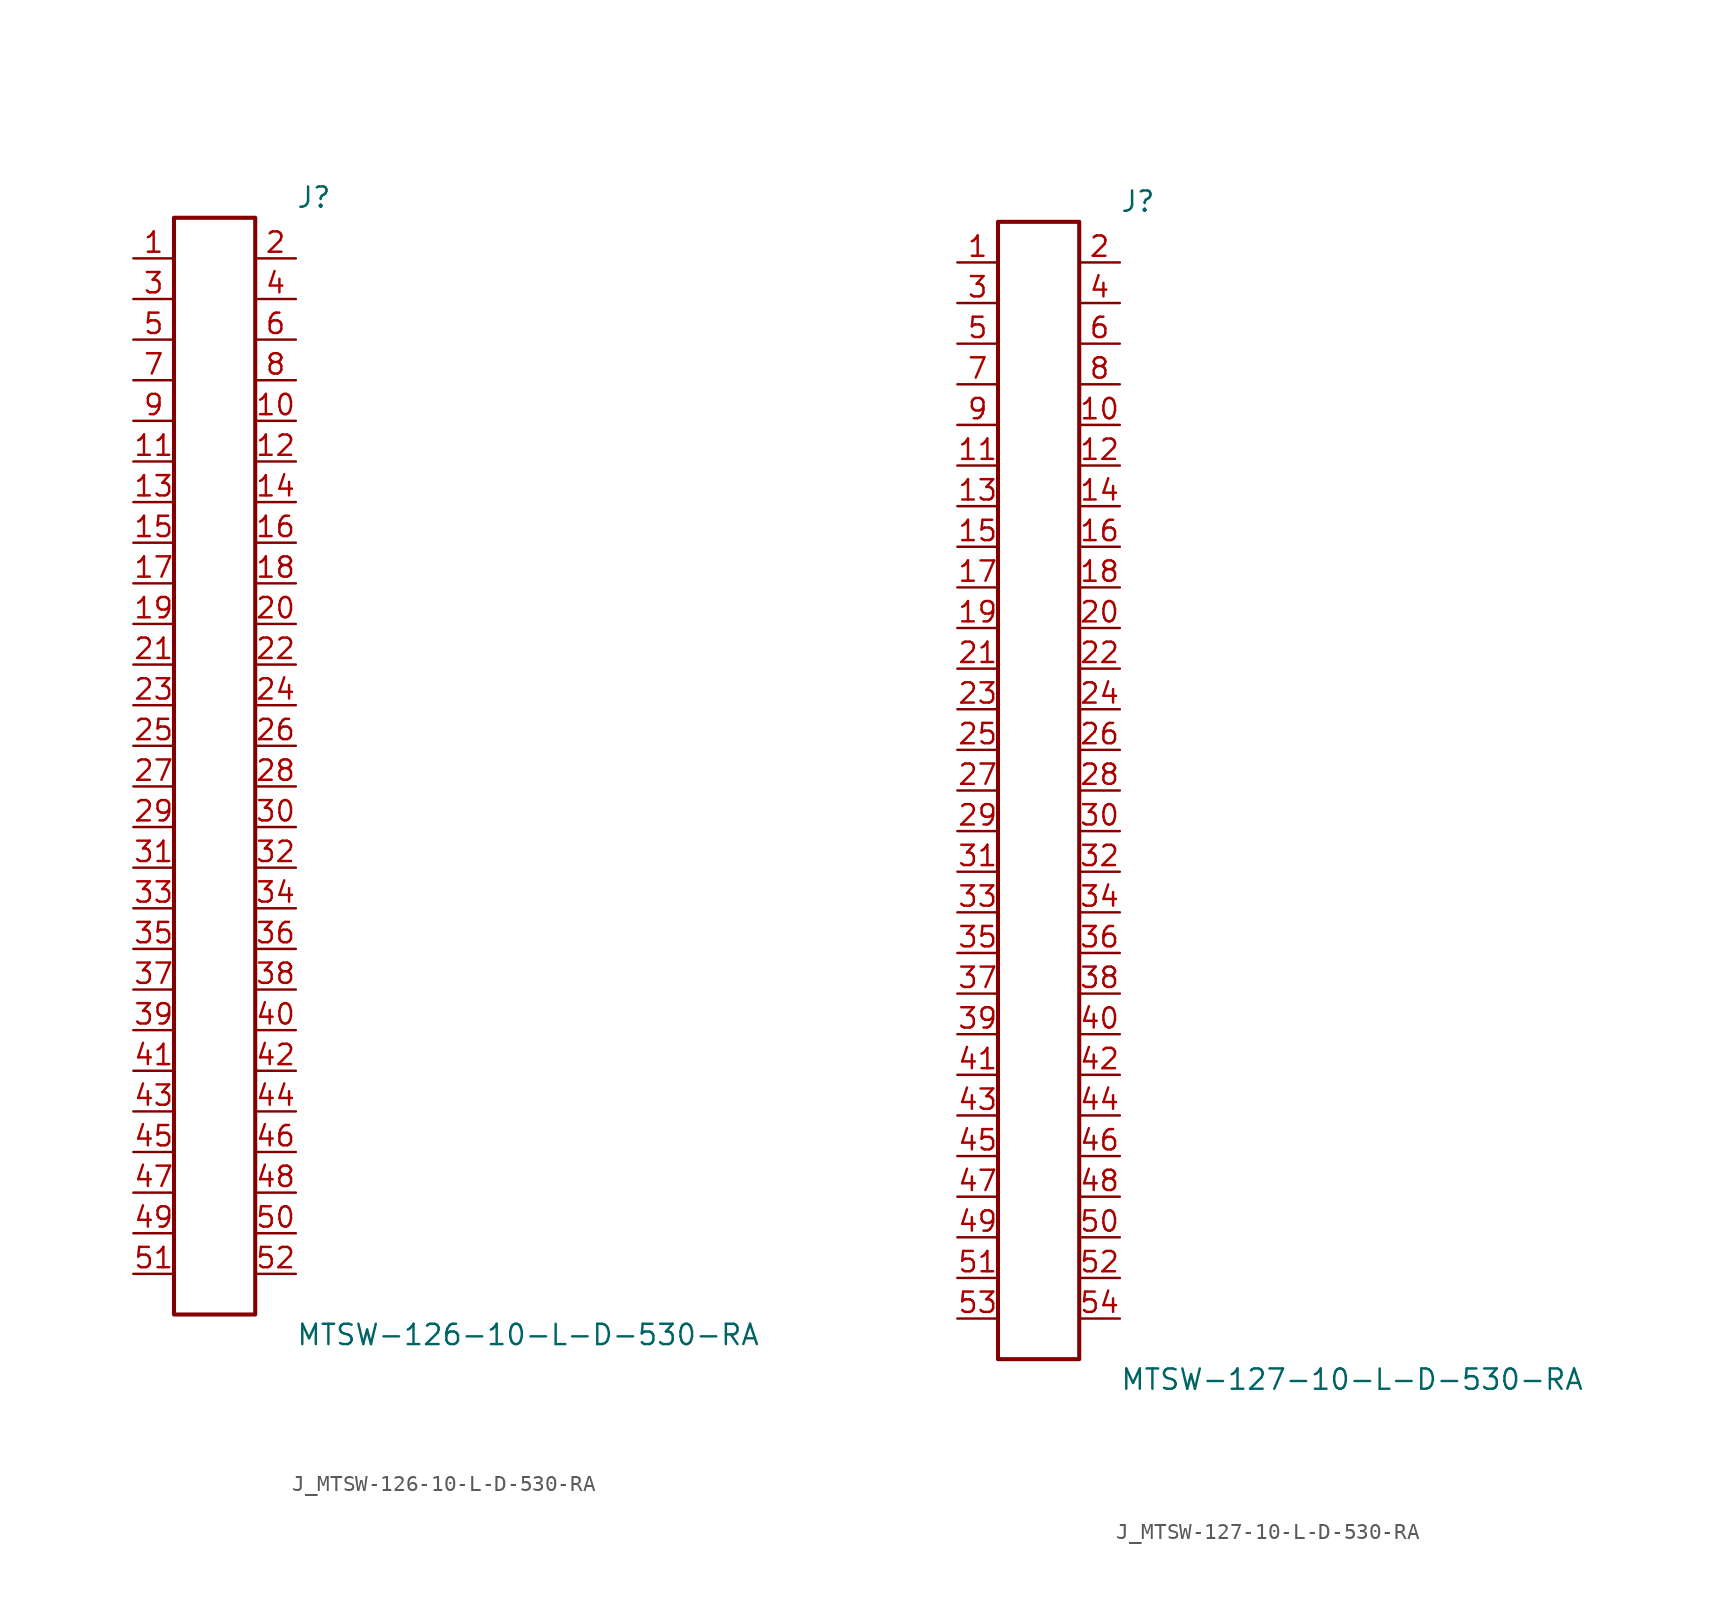
<source format=kicad_sym>
(kicad_symbol_lib
  (version 20231120)
  (generator kicad_symbol_editor)
  (generator_version 8.0)
  (symbol "J_MTSW-126-10-L-D-530-RA"
    (pin_names
      (offset 0.254))
    (property "Reference" "J"
      (at 5.08 35.56 0)
      (effects (font (size 1.27 1.27)) (justify left)))
    (property "Value" "MTSW-126-10-L-D-530-RA"
      (at 5.08 -35.56 0)
      (effects (font (size 1.27 1.27)) (justify left)))
    (symbol "J_MTSW-126-10-L-D-530-RA_0_0"
      (pin passive line (at -5.08 31.75 0) (length 2.54) (name "" (effects (font (size 1.27 1.27)))) (number "1" (effects (font (size 1.27 1.27)))))
      (pin passive line (at 5.08 31.75 180) (length 2.54) (name "" (effects (font (size 1.27 1.27)))) (number "2" (effects (font (size 1.27 1.27)))))
      (pin passive line (at -5.08 29.21 0) (length 2.54) (name "" (effects (font (size 1.27 1.27)))) (number "3" (effects (font (size 1.27 1.27)))))
      (pin passive line (at 5.08 29.21 180) (length 2.54) (name "" (effects (font (size 1.27 1.27)))) (number "4" (effects (font (size 1.27 1.27)))))
      (pin passive line (at -5.08 26.67 0) (length 2.54) (name "" (effects (font (size 1.27 1.27)))) (number "5" (effects (font (size 1.27 1.27)))))
      (pin passive line (at 5.08 26.67 180) (length 2.54) (name "" (effects (font (size 1.27 1.27)))) (number "6" (effects (font (size 1.27 1.27)))))
      (pin passive line (at -5.08 24.13 0) (length 2.54) (name "" (effects (font (size 1.27 1.27)))) (number "7" (effects (font (size 1.27 1.27)))))
      (pin passive line (at 5.08 24.13 180) (length 2.54) (name "" (effects (font (size 1.27 1.27)))) (number "8" (effects (font (size 1.27 1.27)))))
      (pin passive line (at -5.08 21.59 0) (length 2.54) (name "" (effects (font (size 1.27 1.27)))) (number "9" (effects (font (size 1.27 1.27)))))
      (pin passive line (at 5.08 21.59 180) (length 2.54) (name "" (effects (font (size 1.27 1.27)))) (number "10" (effects (font (size 1.27 1.27)))))
      (pin passive line (at -5.08 19.05 0) (length 2.54) (name "" (effects (font (size 1.27 1.27)))) (number "11" (effects (font (size 1.27 1.27)))))
      (pin passive line (at 5.08 19.05 180) (length 2.54) (name "" (effects (font (size 1.27 1.27)))) (number "12" (effects (font (size 1.27 1.27)))))
      (pin passive line (at -5.08 16.51 0) (length 2.54) (name "" (effects (font (size 1.27 1.27)))) (number "13" (effects (font (size 1.27 1.27)))))
      (pin passive line (at 5.08 16.51 180) (length 2.54) (name "" (effects (font (size 1.27 1.27)))) (number "14" (effects (font (size 1.27 1.27)))))
      (pin passive line (at -5.08 13.97 0) (length 2.54) (name "" (effects (font (size 1.27 1.27)))) (number "15" (effects (font (size 1.27 1.27)))))
      (pin passive line (at 5.08 13.97 180) (length 2.54) (name "" (effects (font (size 1.27 1.27)))) (number "16" (effects (font (size 1.27 1.27)))))
      (pin passive line (at -5.08 11.43 0) (length 2.54) (name "" (effects (font (size 1.27 1.27)))) (number "17" (effects (font (size 1.27 1.27)))))
      (pin passive line (at 5.08 11.43 180) (length 2.54) (name "" (effects (font (size 1.27 1.27)))) (number "18" (effects (font (size 1.27 1.27)))))
      (pin passive line (at -5.08 8.89 0) (length 2.54) (name "" (effects (font (size 1.27 1.27)))) (number "19" (effects (font (size 1.27 1.27)))))
      (pin passive line (at 5.08 8.89 180) (length 2.54) (name "" (effects (font (size 1.27 1.27)))) (number "20" (effects (font (size 1.27 1.27)))))
      (pin passive line (at -5.08 6.35 0) (length 2.54) (name "" (effects (font (size 1.27 1.27)))) (number "21" (effects (font (size 1.27 1.27)))))
      (pin passive line (at 5.08 6.35 180) (length 2.54) (name "" (effects (font (size 1.27 1.27)))) (number "22" (effects (font (size 1.27 1.27)))))
      (pin passive line (at -5.08 3.81 0) (length 2.54) (name "" (effects (font (size 1.27 1.27)))) (number "23" (effects (font (size 1.27 1.27)))))
      (pin passive line (at 5.08 3.81 180) (length 2.54) (name "" (effects (font (size 1.27 1.27)))) (number "24" (effects (font (size 1.27 1.27)))))
      (pin passive line (at -5.08 1.27 0) (length 2.54) (name "" (effects (font (size 1.27 1.27)))) (number "25" (effects (font (size 1.27 1.27)))))
      (pin passive line (at 5.08 1.27 180) (length 2.54) (name "" (effects (font (size 1.27 1.27)))) (number "26" (effects (font (size 1.27 1.27)))))
      (pin passive line (at -5.08 -1.27 0) (length 2.54) (name "" (effects (font (size 1.27 1.27)))) (number "27" (effects (font (size 1.27 1.27)))))
      (pin passive line (at 5.08 -1.27 180) (length 2.54) (name "" (effects (font (size 1.27 1.27)))) (number "28" (effects (font (size 1.27 1.27)))))
      (pin passive line (at -5.08 -3.81 0) (length 2.54) (name "" (effects (font (size 1.27 1.27)))) (number "29" (effects (font (size 1.27 1.27)))))
      (pin passive line (at 5.08 -3.81 180) (length 2.54) (name "" (effects (font (size 1.27 1.27)))) (number "30" (effects (font (size 1.27 1.27)))))
      (pin passive line (at -5.08 -6.35 0) (length 2.54) (name "" (effects (font (size 1.27 1.27)))) (number "31" (effects (font (size 1.27 1.27)))))
      (pin passive line (at 5.08 -6.35 180) (length 2.54) (name "" (effects (font (size 1.27 1.27)))) (number "32" (effects (font (size 1.27 1.27)))))
      (pin passive line (at -5.08 -8.89 0) (length 2.54) (name "" (effects (font (size 1.27 1.27)))) (number "33" (effects (font (size 1.27 1.27)))))
      (pin passive line (at 5.08 -8.89 180) (length 2.54) (name "" (effects (font (size 1.27 1.27)))) (number "34" (effects (font (size 1.27 1.27)))))
      (pin passive line (at -5.08 -11.43 0) (length 2.54) (name "" (effects (font (size 1.27 1.27)))) (number "35" (effects (font (size 1.27 1.27)))))
      (pin passive line (at 5.08 -11.43 180) (length 2.54) (name "" (effects (font (size 1.27 1.27)))) (number "36" (effects (font (size 1.27 1.27)))))
      (pin passive line (at -5.08 -13.97 0) (length 2.54) (name "" (effects (font (size 1.27 1.27)))) (number "37" (effects (font (size 1.27 1.27)))))
      (pin passive line (at 5.08 -13.97 180) (length 2.54) (name "" (effects (font (size 1.27 1.27)))) (number "38" (effects (font (size 1.27 1.27)))))
      (pin passive line (at -5.08 -16.51 0) (length 2.54) (name "" (effects (font (size 1.27 1.27)))) (number "39" (effects (font (size 1.27 1.27)))))
      (pin passive line (at 5.08 -16.51 180) (length 2.54) (name "" (effects (font (size 1.27 1.27)))) (number "40" (effects (font (size 1.27 1.27)))))
      (pin passive line (at -5.08 -19.05 0) (length 2.54) (name "" (effects (font (size 1.27 1.27)))) (number "41" (effects (font (size 1.27 1.27)))))
      (pin passive line (at 5.08 -19.05 180) (length 2.54) (name "" (effects (font (size 1.27 1.27)))) (number "42" (effects (font (size 1.27 1.27)))))
      (pin passive line (at -5.08 -21.59 0) (length 2.54) (name "" (effects (font (size 1.27 1.27)))) (number "43" (effects (font (size 1.27 1.27)))))
      (pin passive line (at 5.08 -21.59 180) (length 2.54) (name "" (effects (font (size 1.27 1.27)))) (number "44" (effects (font (size 1.27 1.27)))))
      (pin passive line (at -5.08 -24.13 0) (length 2.54) (name "" (effects (font (size 1.27 1.27)))) (number "45" (effects (font (size 1.27 1.27)))))
      (pin passive line (at 5.08 -24.13 180) (length 2.54) (name "" (effects (font (size 1.27 1.27)))) (number "46" (effects (font (size 1.27 1.27)))))
      (pin passive line (at -5.08 -26.67 0) (length 2.54) (name "" (effects (font (size 1.27 1.27)))) (number "47" (effects (font (size 1.27 1.27)))))
      (pin passive line (at 5.08 -26.67 180) (length 2.54) (name "" (effects (font (size 1.27 1.27)))) (number "48" (effects (font (size 1.27 1.27)))))
      (pin passive line (at -5.08 -29.21 0) (length 2.54) (name "" (effects (font (size 1.27 1.27)))) (number "49" (effects (font (size 1.27 1.27)))))
      (pin passive line (at 5.08 -29.21 180) (length 2.54) (name "" (effects (font (size 1.27 1.27)))) (number "50" (effects (font (size 1.27 1.27)))))
      (pin passive line (at -5.08 -31.75 0) (length 2.54) (name "" (effects (font (size 1.27 1.27)))) (number "51" (effects (font (size 1.27 1.27)))))
      (pin passive line (at 5.08 -31.75 180) (length 2.54) (name "" (effects (font (size 1.27 1.27)))) (number "52" (effects (font (size 1.27 1.27))))))
    (symbol "J_MTSW-126-10-L-D-530-RA_1_0"
      (rectangle (start -2.54 34.29) (end 2.54 -34.29) (stroke (width 0.254) (type solid)) (fill (type none)))))
  (symbol "J_MTSW-127-10-L-D-530-RA"
    (pin_names
      (offset 0.254))
    (property "Reference" "J"
      (at 5.08 36.83 0)
      (effects (font (size 1.27 1.27)) (justify left)))
    (property "Value" "MTSW-127-10-L-D-530-RA"
      (at 5.08 -36.83 0)
      (effects (font (size 1.27 1.27)) (justify left)))
    (symbol "J_MTSW-127-10-L-D-530-RA_0_0"
      (pin passive line (at -5.08 33.02 0) (length 2.54) (name "" (effects (font (size 1.27 1.27)))) (number "1" (effects (font (size 1.27 1.27)))))
      (pin passive line (at 5.08 33.02 180) (length 2.54) (name "" (effects (font (size 1.27 1.27)))) (number "2" (effects (font (size 1.27 1.27)))))
      (pin passive line (at -5.08 30.48 0) (length 2.54) (name "" (effects (font (size 1.27 1.27)))) (number "3" (effects (font (size 1.27 1.27)))))
      (pin passive line (at 5.08 30.48 180) (length 2.54) (name "" (effects (font (size 1.27 1.27)))) (number "4" (effects (font (size 1.27 1.27)))))
      (pin passive line (at -5.08 27.94 0) (length 2.54) (name "" (effects (font (size 1.27 1.27)))) (number "5" (effects (font (size 1.27 1.27)))))
      (pin passive line (at 5.08 27.94 180) (length 2.54) (name "" (effects (font (size 1.27 1.27)))) (number "6" (effects (font (size 1.27 1.27)))))
      (pin passive line (at -5.08 25.4 0) (length 2.54) (name "" (effects (font (size 1.27 1.27)))) (number "7" (effects (font (size 1.27 1.27)))))
      (pin passive line (at 5.08 25.4 180) (length 2.54) (name "" (effects (font (size 1.27 1.27)))) (number "8" (effects (font (size 1.27 1.27)))))
      (pin passive line (at -5.08 22.86 0) (length 2.54) (name "" (effects (font (size 1.27 1.27)))) (number "9" (effects (font (size 1.27 1.27)))))
      (pin passive line (at 5.08 22.86 180) (length 2.54) (name "" (effects (font (size 1.27 1.27)))) (number "10" (effects (font (size 1.27 1.27)))))
      (pin passive line (at -5.08 20.32 0) (length 2.54) (name "" (effects (font (size 1.27 1.27)))) (number "11" (effects (font (size 1.27 1.27)))))
      (pin passive line (at 5.08 20.32 180) (length 2.54) (name "" (effects (font (size 1.27 1.27)))) (number "12" (effects (font (size 1.27 1.27)))))
      (pin passive line (at -5.08 17.78 0) (length 2.54) (name "" (effects (font (size 1.27 1.27)))) (number "13" (effects (font (size 1.27 1.27)))))
      (pin passive line (at 5.08 17.78 180) (length 2.54) (name "" (effects (font (size 1.27 1.27)))) (number "14" (effects (font (size 1.27 1.27)))))
      (pin passive line (at -5.08 15.24 0) (length 2.54) (name "" (effects (font (size 1.27 1.27)))) (number "15" (effects (font (size 1.27 1.27)))))
      (pin passive line (at 5.08 15.24 180) (length 2.54) (name "" (effects (font (size 1.27 1.27)))) (number "16" (effects (font (size 1.27 1.27)))))
      (pin passive line (at -5.08 12.7 0) (length 2.54) (name "" (effects (font (size 1.27 1.27)))) (number "17" (effects (font (size 1.27 1.27)))))
      (pin passive line (at 5.08 12.7 180) (length 2.54) (name "" (effects (font (size 1.27 1.27)))) (number "18" (effects (font (size 1.27 1.27)))))
      (pin passive line (at -5.08 10.16 0) (length 2.54) (name "" (effects (font (size 1.27 1.27)))) (number "19" (effects (font (size 1.27 1.27)))))
      (pin passive line (at 5.08 10.16 180) (length 2.54) (name "" (effects (font (size 1.27 1.27)))) (number "20" (effects (font (size 1.27 1.27)))))
      (pin passive line (at -5.08 7.62 0) (length 2.54) (name "" (effects (font (size 1.27 1.27)))) (number "21" (effects (font (size 1.27 1.27)))))
      (pin passive line (at 5.08 7.62 180) (length 2.54) (name "" (effects (font (size 1.27 1.27)))) (number "22" (effects (font (size 1.27 1.27)))))
      (pin passive line (at -5.08 5.08 0) (length 2.54) (name "" (effects (font (size 1.27 1.27)))) (number "23" (effects (font (size 1.27 1.27)))))
      (pin passive line (at 5.08 5.08 180) (length 2.54) (name "" (effects (font (size 1.27 1.27)))) (number "24" (effects (font (size 1.27 1.27)))))
      (pin passive line (at -5.08 2.54 0) (length 2.54) (name "" (effects (font (size 1.27 1.27)))) (number "25" (effects (font (size 1.27 1.27)))))
      (pin passive line (at 5.08 2.54 180) (length 2.54) (name "" (effects (font (size 1.27 1.27)))) (number "26" (effects (font (size 1.27 1.27)))))
      (pin passive line (at -5.08 0.0 0) (length 2.54) (name "" (effects (font (size 1.27 1.27)))) (number "27" (effects (font (size 1.27 1.27)))))
      (pin passive line (at 5.08 0.0 180) (length 2.54) (name "" (effects (font (size 1.27 1.27)))) (number "28" (effects (font (size 1.27 1.27)))))
      (pin passive line (at -5.08 -2.54 0) (length 2.54) (name "" (effects (font (size 1.27 1.27)))) (number "29" (effects (font (size 1.27 1.27)))))
      (pin passive line (at 5.08 -2.54 180) (length 2.54) (name "" (effects (font (size 1.27 1.27)))) (number "30" (effects (font (size 1.27 1.27)))))
      (pin passive line (at -5.08 -5.08 0) (length 2.54) (name "" (effects (font (size 1.27 1.27)))) (number "31" (effects (font (size 1.27 1.27)))))
      (pin passive line (at 5.08 -5.08 180) (length 2.54) (name "" (effects (font (size 1.27 1.27)))) (number "32" (effects (font (size 1.27 1.27)))))
      (pin passive line (at -5.08 -7.62 0) (length 2.54) (name "" (effects (font (size 1.27 1.27)))) (number "33" (effects (font (size 1.27 1.27)))))
      (pin passive line (at 5.08 -7.62 180) (length 2.54) (name "" (effects (font (size 1.27 1.27)))) (number "34" (effects (font (size 1.27 1.27)))))
      (pin passive line (at -5.08 -10.16 0) (length 2.54) (name "" (effects (font (size 1.27 1.27)))) (number "35" (effects (font (size 1.27 1.27)))))
      (pin passive line (at 5.08 -10.16 180) (length 2.54) (name "" (effects (font (size 1.27 1.27)))) (number "36" (effects (font (size 1.27 1.27)))))
      (pin passive line (at -5.08 -12.7 0) (length 2.54) (name "" (effects (font (size 1.27 1.27)))) (number "37" (effects (font (size 1.27 1.27)))))
      (pin passive line (at 5.08 -12.7 180) (length 2.54) (name "" (effects (font (size 1.27 1.27)))) (number "38" (effects (font (size 1.27 1.27)))))
      (pin passive line (at -5.08 -15.24 0) (length 2.54) (name "" (effects (font (size 1.27 1.27)))) (number "39" (effects (font (size 1.27 1.27)))))
      (pin passive line (at 5.08 -15.24 180) (length 2.54) (name "" (effects (font (size 1.27 1.27)))) (number "40" (effects (font (size 1.27 1.27)))))
      (pin passive line (at -5.08 -17.78 0) (length 2.54) (name "" (effects (font (size 1.27 1.27)))) (number "41" (effects (font (size 1.27 1.27)))))
      (pin passive line (at 5.08 -17.78 180) (length 2.54) (name "" (effects (font (size 1.27 1.27)))) (number "42" (effects (font (size 1.27 1.27)))))
      (pin passive line (at -5.08 -20.32 0) (length 2.54) (name "" (effects (font (size 1.27 1.27)))) (number "43" (effects (font (size 1.27 1.27)))))
      (pin passive line (at 5.08 -20.32 180) (length 2.54) (name "" (effects (font (size 1.27 1.27)))) (number "44" (effects (font (size 1.27 1.27)))))
      (pin passive line (at -5.08 -22.86 0) (length 2.54) (name "" (effects (font (size 1.27 1.27)))) (number "45" (effects (font (size 1.27 1.27)))))
      (pin passive line (at 5.08 -22.86 180) (length 2.54) (name "" (effects (font (size 1.27 1.27)))) (number "46" (effects (font (size 1.27 1.27)))))
      (pin passive line (at -5.08 -25.4 0) (length 2.54) (name "" (effects (font (size 1.27 1.27)))) (number "47" (effects (font (size 1.27 1.27)))))
      (pin passive line (at 5.08 -25.4 180) (length 2.54) (name "" (effects (font (size 1.27 1.27)))) (number "48" (effects (font (size 1.27 1.27)))))
      (pin passive line (at -5.08 -27.94 0) (length 2.54) (name "" (effects (font (size 1.27 1.27)))) (number "49" (effects (font (size 1.27 1.27)))))
      (pin passive line (at 5.08 -27.94 180) (length 2.54) (name "" (effects (font (size 1.27 1.27)))) (number "50" (effects (font (size 1.27 1.27)))))
      (pin passive line (at -5.08 -30.48 0) (length 2.54) (name "" (effects (font (size 1.27 1.27)))) (number "51" (effects (font (size 1.27 1.27)))))
      (pin passive line (at 5.08 -30.48 180) (length 2.54) (name "" (effects (font (size 1.27 1.27)))) (number "52" (effects (font (size 1.27 1.27)))))
      (pin passive line (at -5.08 -33.02 0) (length 2.54) (name "" (effects (font (size 1.27 1.27)))) (number "53" (effects (font (size 1.27 1.27)))))
      (pin passive line (at 5.08 -33.02 180) (length 2.54) (name "" (effects (font (size 1.27 1.27)))) (number "54" (effects (font (size 1.27 1.27))))))
    (symbol "J_MTSW-127-10-L-D-530-RA_1_0"
      (rectangle (start -2.54 35.56) (end 2.54 -35.56) (stroke (width 0.254) (type solid)) (fill (type none))))))
</source>
